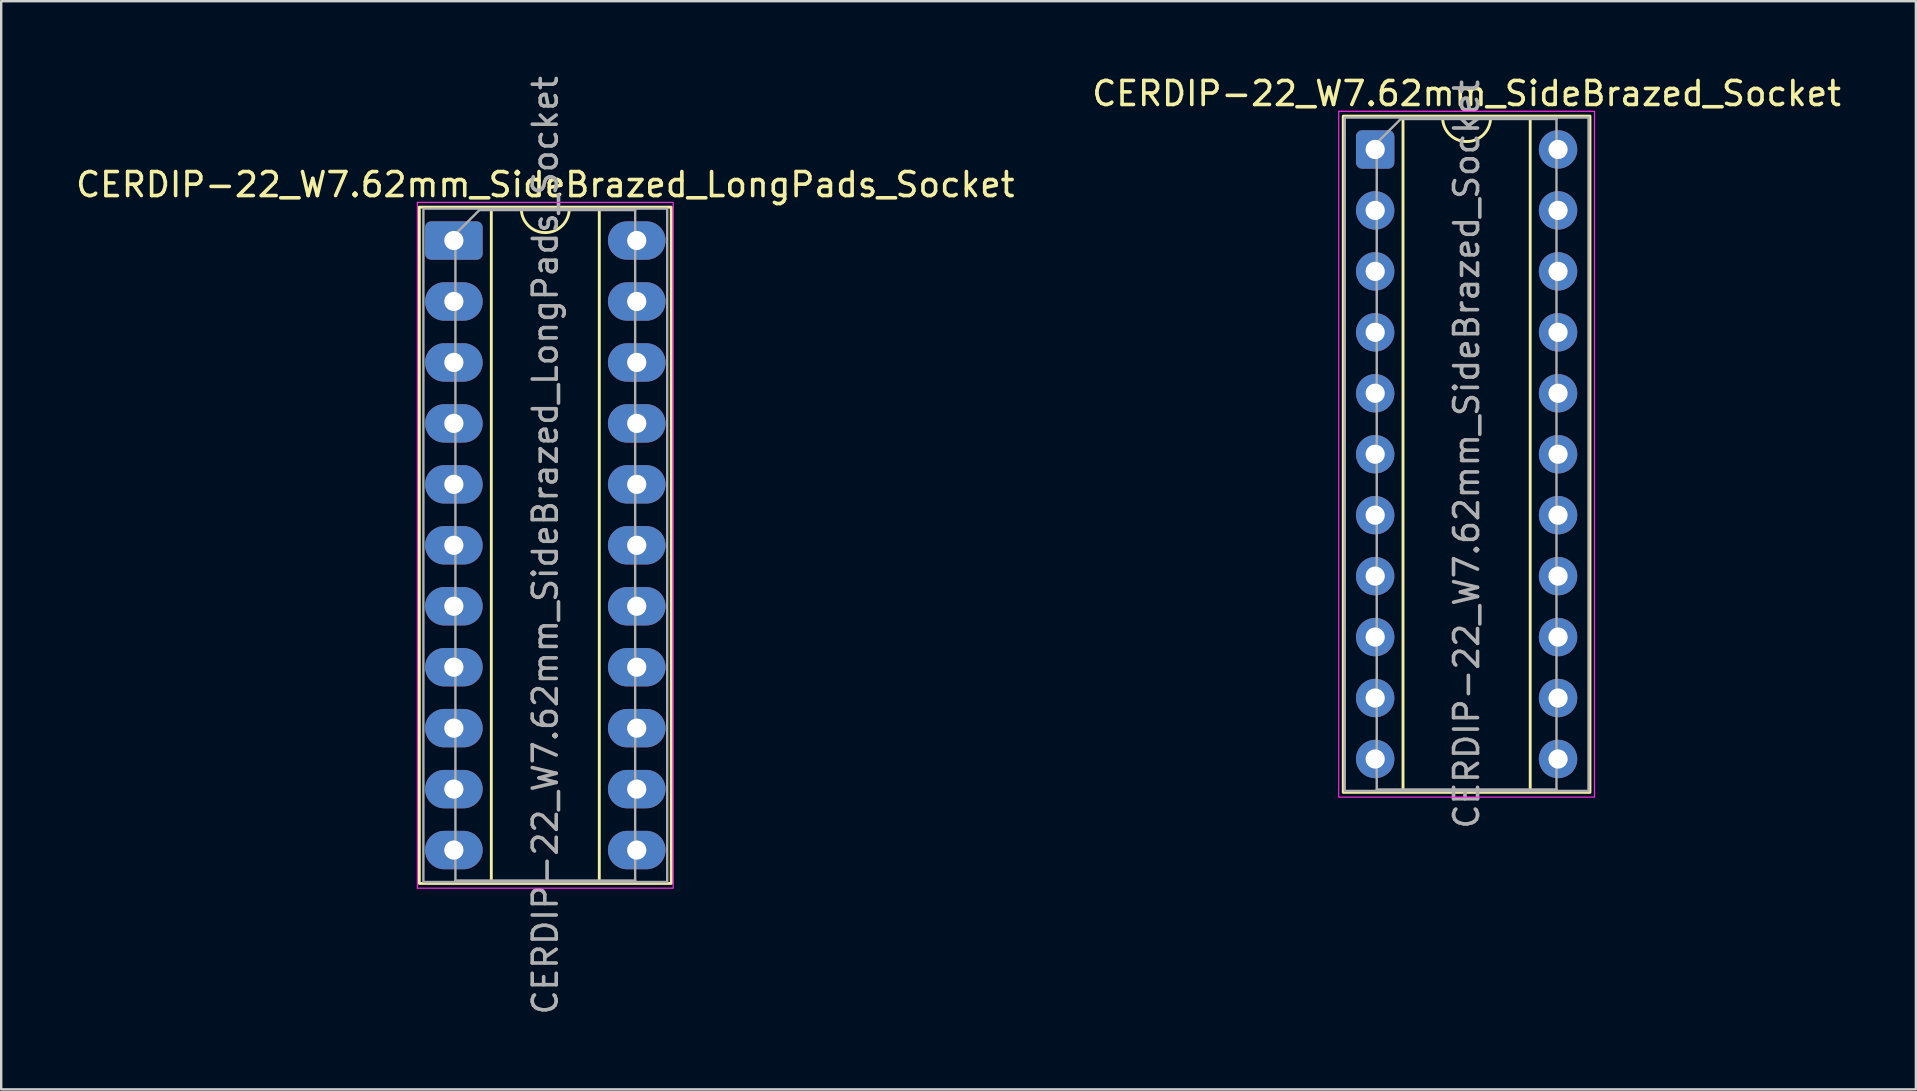
<source format=kicad_pcb>
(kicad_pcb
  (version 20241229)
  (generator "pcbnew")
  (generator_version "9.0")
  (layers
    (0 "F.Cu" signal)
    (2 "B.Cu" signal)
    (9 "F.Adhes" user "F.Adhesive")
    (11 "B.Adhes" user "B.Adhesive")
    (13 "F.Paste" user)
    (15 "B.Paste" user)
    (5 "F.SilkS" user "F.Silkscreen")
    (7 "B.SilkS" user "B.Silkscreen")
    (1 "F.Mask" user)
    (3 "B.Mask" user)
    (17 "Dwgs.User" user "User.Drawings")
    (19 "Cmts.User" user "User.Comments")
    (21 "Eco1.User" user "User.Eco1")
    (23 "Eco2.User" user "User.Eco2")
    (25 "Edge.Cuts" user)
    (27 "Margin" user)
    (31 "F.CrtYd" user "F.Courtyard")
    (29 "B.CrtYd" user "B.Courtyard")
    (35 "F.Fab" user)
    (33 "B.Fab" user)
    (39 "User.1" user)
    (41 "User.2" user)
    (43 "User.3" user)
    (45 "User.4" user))
  (footprint "CERDIP-22_W7.62mm_SideBrazed_Socket"
    (layer "F.Cu")
    (at 54.255 3.178)
    (property "Reference" "CERDIP-22_W7.62mm_SideBrazed_Socket" (at 3.81 -2.33 0) (layer "F.SilkS") (effects (font (size 1 1) (thickness 0.15))))
    (attr through_hole)
    (fp_line (start 1.16 -1.33) (end 1.16 26.73) (stroke (width 0.12) (type solid)) (layer "F.SilkS"))
    (fp_line (start 1.16 26.73) (end 6.46 26.73) (stroke (width 0.12) (type solid)) (layer "F.SilkS"))
    (fp_line (start 2.81 -1.33) (end 1.16 -1.33) (stroke (width 0.12) (type solid)) (layer "F.SilkS"))
    (fp_line (start 6.46 -1.33) (end 4.81 -1.33) (stroke (width 0.12) (type solid)) (layer "F.SilkS"))
    (fp_line (start 6.46 26.73) (end 6.46 -1.33) (stroke (width 0.12) (type solid)) (layer "F.SilkS"))
    (fp_rect (start -1.33 -1.39) (end 8.95 26.79) (stroke (width 0.12) (type solid)) (fill no) (layer "F.SilkS"))
    (fp_arc (start 4.81 -1.33) (mid 3.81 -0.33) (end 2.81 -1.33) (stroke (width 0.12) (type solid)) (layer "F.SilkS"))
    (fp_rect (start -1.52 -1.59) (end 9.14 26.99) (stroke (width 0.05) (type solid)) (fill no) (layer "F.CrtYd"))
    (fp_line (start 0.065 -0.27) (end 1.065 -1.27) (stroke (width 0.1) (type solid)) (layer "F.Fab"))
    (fp_line (start 0.065 26.67) (end 0.065 -0.27) (stroke (width 0.1) (type solid)) (layer "F.Fab"))
    (fp_line (start 1.065 -1.27) (end 7.555 -1.27) (stroke (width 0.1) (type solid)) (layer "F.Fab"))
    (fp_line (start 7.555 -1.27) (end 7.555 26.67) (stroke (width 0.1) (type solid)) (layer "F.Fab"))
    (fp_line (start 7.555 26.67) (end 0.065 26.67) (stroke (width 0.1) (type solid)) (layer "F.Fab"))
    (fp_rect (start -1.27 -1.33) (end 8.89 26.73) (stroke (width 0.1) (type solid)) (fill no) (layer "F.Fab"))
    (fp_text user "${REFERENCE}" (at 3.81 12.7 90) (layer "F.Fab") (effects (font (size 1 1) (thickness 0.15))))
    (pad "1" thru_hole roundrect (at 0 0) (size 1.6 1.6) (drill 0.8) (layers "*.Cu" "*.Mask") (roundrect_rratio 0.156))
    (pad "2" thru_hole circle (at 0 2.54) (size 1.6 1.6) (drill 0.8) (layers "*.Cu" "*.Mask"))
    (pad "3" thru_hole circle (at 0 5.08) (size 1.6 1.6) (drill 0.8) (layers "*.Cu" "*.Mask"))
    (pad "4" thru_hole circle (at 0 7.62) (size 1.6 1.6) (drill 0.8) (layers "*.Cu" "*.Mask"))
    (pad "5" thru_hole circle (at 0 10.16) (size 1.6 1.6) (drill 0.8) (layers "*.Cu" "*.Mask"))
    (pad "6" thru_hole circle (at 0 12.7) (size 1.6 1.6) (drill 0.8) (layers "*.Cu" "*.Mask"))
    (pad "7" thru_hole circle (at 0 15.24) (size 1.6 1.6) (drill 0.8) (layers "*.Cu" "*.Mask"))
    (pad "8" thru_hole circle (at 0 17.78) (size 1.6 1.6) (drill 0.8) (layers "*.Cu" "*.Mask"))
    (pad "9" thru_hole circle (at 0 20.32) (size 1.6 1.6) (drill 0.8) (layers "*.Cu" "*.Mask"))
    (pad "10" thru_hole circle (at 0 22.86) (size 1.6 1.6) (drill 0.8) (layers "*.Cu" "*.Mask"))
    (pad "11" thru_hole circle (at 0 25.4) (size 1.6 1.6) (drill 0.8) (layers "*.Cu" "*.Mask"))
    (pad "12" thru_hole circle (at 7.62 25.4) (size 1.6 1.6) (drill 0.8) (layers "*.Cu" "*.Mask"))
    (pad "13" thru_hole circle (at 7.62 22.86) (size 1.6 1.6) (drill 0.8) (layers "*.Cu" "*.Mask"))
    (pad "14" thru_hole circle (at 7.62 20.32) (size 1.6 1.6) (drill 0.8) (layers "*.Cu" "*.Mask"))
    (pad "15" thru_hole circle (at 7.62 17.78) (size 1.6 1.6) (drill 0.8) (layers "*.Cu" "*.Mask"))
    (pad "16" thru_hole circle (at 7.62 15.24) (size 1.6 1.6) (drill 0.8) (layers "*.Cu" "*.Mask"))
    (pad "17" thru_hole circle (at 7.62 12.7) (size 1.6 1.6) (drill 0.8) (layers "*.Cu" "*.Mask"))
    (pad "18" thru_hole circle (at 7.62 10.16) (size 1.6 1.6) (drill 0.8) (layers "*.Cu" "*.Mask"))
    (pad "19" thru_hole circle (at 7.62 7.62) (size 1.6 1.6) (drill 0.8) (layers "*.Cu" "*.Mask"))
    (pad "20" thru_hole circle (at 7.62 5.08) (size 1.6 1.6) (drill 0.8) (layers "*.Cu" "*.Mask"))
    (pad "21" thru_hole circle (at 7.62 2.54) (size 1.6 1.6) (drill 0.8) (layers "*.Cu" "*.Mask"))
    (pad "22" thru_hole circle (at 7.62 0) (size 1.6 1.6) (drill 0.8) (layers "*.Cu" "*.Mask")))
  (footprint "CERDIP-22_W7.62mm_SideBrazed_LongPads_Socket"
    (layer "F.Cu")
    (at 15.863 6.973)
    (property "Reference" "CERDIP-22_W7.62mm_SideBrazed_LongPads_Socket" (at 3.81 -2.33 0) (layer "F.SilkS") (effects (font (size 1 1) (thickness 0.15))))
    (attr through_hole)
    (fp_line (start 1.56 -1.33) (end 1.56 26.73) (stroke (width 0.12) (type solid)) (layer "F.SilkS"))
    (fp_line (start 1.56 26.73) (end 6.06 26.73) (stroke (width 0.12) (type solid)) (layer "F.SilkS"))
    (fp_line (start 2.81 -1.33) (end 1.56 -1.33) (stroke (width 0.12) (type solid)) (layer "F.SilkS"))
    (fp_line (start 6.06 -1.33) (end 4.81 -1.33) (stroke (width 0.12) (type solid)) (layer "F.SilkS"))
    (fp_line (start 6.06 26.73) (end 6.06 -1.33) (stroke (width 0.12) (type solid)) (layer "F.SilkS"))
    (fp_rect (start -1.44 -1.39) (end 9.06 26.79) (stroke (width 0.12) (type solid)) (fill no) (layer "F.SilkS"))
    (fp_arc (start 4.81 -1.33) (mid 3.81 -0.33) (end 2.81 -1.33) (stroke (width 0.12) (type solid)) (layer "F.SilkS"))
    (fp_rect (start -1.52 -1.59) (end 9.14 26.99) (stroke (width 0.05) (type solid)) (fill no) (layer "F.CrtYd"))
    (fp_line (start 0.065 -0.27) (end 1.065 -1.27) (stroke (width 0.1) (type solid)) (layer "F.Fab"))
    (fp_line (start 0.065 26.67) (end 0.065 -0.27) (stroke (width 0.1) (type solid)) (layer "F.Fab"))
    (fp_line (start 1.065 -1.27) (end 7.555 -1.27) (stroke (width 0.1) (type solid)) (layer "F.Fab"))
    (fp_line (start 7.555 -1.27) (end 7.555 26.67) (stroke (width 0.1) (type solid)) (layer "F.Fab"))
    (fp_line (start 7.555 26.67) (end 0.065 26.67) (stroke (width 0.1) (type solid)) (layer "F.Fab"))
    (fp_rect (start -1.27 -1.33) (end 8.89 26.73) (stroke (width 0.1) (type solid)) (fill no) (layer "F.Fab"))
    (fp_text user "${REFERENCE}" (at 3.81 12.7 90) (layer "F.Fab") (effects (font (size 1 1) (thickness 0.15))))
    (pad "1" thru_hole roundrect (at 0 0) (size 2.4 1.6) (drill 0.8) (layers "*.Cu" "*.Mask") (roundrect_rratio 0.156))
    (pad "2" thru_hole oval (at 0 2.54) (size 2.4 1.6) (drill 0.8) (layers "*.Cu" "*.Mask"))
    (pad "3" thru_hole oval (at 0 5.08) (size 2.4 1.6) (drill 0.8) (layers "*.Cu" "*.Mask"))
    (pad "4" thru_hole oval (at 0 7.62) (size 2.4 1.6) (drill 0.8) (layers "*.Cu" "*.Mask"))
    (pad "5" thru_hole oval (at 0 10.16) (size 2.4 1.6) (drill 0.8) (layers "*.Cu" "*.Mask"))
    (pad "6" thru_hole oval (at 0 12.7) (size 2.4 1.6) (drill 0.8) (layers "*.Cu" "*.Mask"))
    (pad "7" thru_hole oval (at 0 15.24) (size 2.4 1.6) (drill 0.8) (layers "*.Cu" "*.Mask"))
    (pad "8" thru_hole oval (at 0 17.78) (size 2.4 1.6) (drill 0.8) (layers "*.Cu" "*.Mask"))
    (pad "9" thru_hole oval (at 0 20.32) (size 2.4 1.6) (drill 0.8) (layers "*.Cu" "*.Mask"))
    (pad "10" thru_hole oval (at 0 22.86) (size 2.4 1.6) (drill 0.8) (layers "*.Cu" "*.Mask"))
    (pad "11" thru_hole oval (at 0 25.4) (size 2.4 1.6) (drill 0.8) (layers "*.Cu" "*.Mask"))
    (pad "12" thru_hole oval (at 7.62 25.4) (size 2.4 1.6) (drill 0.8) (layers "*.Cu" "*.Mask"))
    (pad "13" thru_hole oval (at 7.62 22.86) (size 2.4 1.6) (drill 0.8) (layers "*.Cu" "*.Mask"))
    (pad "14" thru_hole oval (at 7.62 20.32) (size 2.4 1.6) (drill 0.8) (layers "*.Cu" "*.Mask"))
    (pad "15" thru_hole oval (at 7.62 17.78) (size 2.4 1.6) (drill 0.8) (layers "*.Cu" "*.Mask"))
    (pad "16" thru_hole oval (at 7.62 15.24) (size 2.4 1.6) (drill 0.8) (layers "*.Cu" "*.Mask"))
    (pad "17" thru_hole oval (at 7.62 12.7) (size 2.4 1.6) (drill 0.8) (layers "*.Cu" "*.Mask"))
    (pad "18" thru_hole oval (at 7.62 10.16) (size 2.4 1.6) (drill 0.8) (layers "*.Cu" "*.Mask"))
    (pad "19" thru_hole oval (at 7.62 7.62) (size 2.4 1.6) (drill 0.8) (layers "*.Cu" "*.Mask"))
    (pad "20" thru_hole oval (at 7.62 5.08) (size 2.4 1.6) (drill 0.8) (layers "*.Cu" "*.Mask"))
    (pad "21" thru_hole oval (at 7.62 2.54) (size 2.4 1.6) (drill 0.8) (layers "*.Cu" "*.Mask"))
    (pad "22" thru_hole oval (at 7.62 0) (size 2.4 1.6) (drill 0.8) (layers "*.Cu" "*.Mask")))
  (gr_rect
    (start -3 -3)
    (end 76.786 42.345)
    (stroke (width 0.1) (type default))
    (fill no)
    (layer "Edge.Cuts")))
</source>
